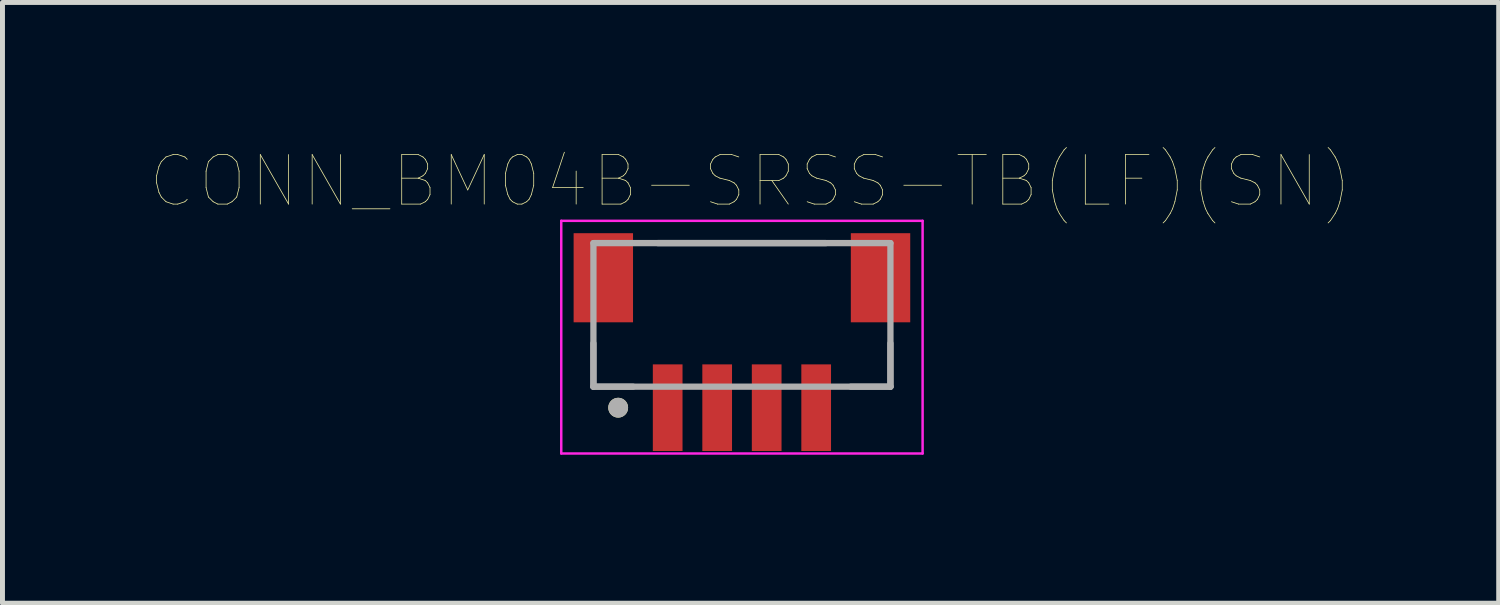
<source format=kicad_pcb>
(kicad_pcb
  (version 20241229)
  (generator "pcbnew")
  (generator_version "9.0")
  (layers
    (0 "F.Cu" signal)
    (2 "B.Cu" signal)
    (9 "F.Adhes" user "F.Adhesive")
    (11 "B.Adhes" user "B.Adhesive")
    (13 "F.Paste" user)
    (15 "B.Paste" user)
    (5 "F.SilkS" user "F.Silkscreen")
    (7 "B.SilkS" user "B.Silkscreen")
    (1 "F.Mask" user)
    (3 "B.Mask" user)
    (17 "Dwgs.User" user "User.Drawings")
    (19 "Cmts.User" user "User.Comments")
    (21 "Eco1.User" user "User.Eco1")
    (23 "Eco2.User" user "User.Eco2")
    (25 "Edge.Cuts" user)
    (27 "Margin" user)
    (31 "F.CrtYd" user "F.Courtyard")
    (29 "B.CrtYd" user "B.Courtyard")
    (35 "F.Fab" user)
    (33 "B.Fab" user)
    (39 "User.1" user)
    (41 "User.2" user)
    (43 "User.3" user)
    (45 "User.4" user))
  (footprint "CONN_BM04B-SRSS-TB(LF)(SN)"
    (layer "F.Cu")
    (at 11.938 3.761)
    (property "Reference" "CONN_BM04B-SRSS-TB(LF)(SN)" (at 0.175 -3.15 0) (layer "F.SilkS") (effects (font (size 1 1) (thickness 0.015))))
    (attr through_hole)
    (fp_circle (center -2.5 1.425) (end -2.4 1.425) (stroke (width 0.2) (type solid)) (fill no) (layer "F.SilkS"))
    (fp_line (start -3.65 -2.35) (end 3.65 -2.35) (stroke (width 0.05) (type solid)) (layer "F.CrtYd"))
    (fp_line (start -3.65 2.35) (end -3.65 -2.35) (stroke (width 0.05) (type solid)) (layer "F.CrtYd"))
    (fp_line (start 3.65 -2.35) (end 3.65 2.35) (stroke (width 0.05) (type solid)) (layer "F.CrtYd"))
    (fp_line (start 3.65 2.35) (end -3.65 2.35) (stroke (width 0.05) (type solid)) (layer "F.CrtYd"))
    (fp_line (start -3 -1.9) (end 3 -1.9) (stroke (width 0.127) (type solid)) (layer "F.Fab"))
    (fp_line (start -3 0.125) (end -3 1) (stroke (width 0.127) (type solid)) (layer "F.Fab"))
    (fp_line (start -3 1) (end -3 -1.9) (stroke (width 0.127) (type solid)) (layer "F.Fab"))
    (fp_line (start -3 1) (end -2.2 1) (stroke (width 0.127) (type solid)) (layer "F.Fab"))
    (fp_line (start -1.7 -1.9) (end 1.7 -1.9) (stroke (width 0.127) (type solid)) (layer "F.Fab"))
    (fp_line (start 3 -1.9) (end 3 1) (stroke (width 0.127) (type solid)) (layer "F.Fab"))
    (fp_line (start 3 0.125) (end 3 1) (stroke (width 0.127) (type solid)) (layer "F.Fab"))
    (fp_line (start 3 1) (end -3 1) (stroke (width 0.127) (type solid)) (layer "F.Fab"))
    (fp_line (start 3 1) (end 2.2 1) (stroke (width 0.127) (type solid)) (layer "F.Fab"))
    (fp_circle (center -2.5 1.425) (end -2.4 1.425) (stroke (width 0.2) (type solid)) (fill no) (layer "F.Fab"))
    (pad "1" smd rect (at -1.5 1.425) (size 0.6 1.75) (layers "F.Cu" "F.Mask" "F.Paste"))
    (pad "2" smd rect (at -0.5 1.425) (size 0.6 1.75) (layers "F.Cu" "F.Mask" "F.Paste"))
    (pad "3" smd rect (at 0.5 1.425) (size 0.6 1.75) (layers "F.Cu" "F.Mask" "F.Paste"))
    (pad "4" smd rect (at 1.5 1.425) (size 0.6 1.75) (layers "F.Cu" "F.Mask" "F.Paste"))
    (pad "S1" smd rect (at -2.8 -1.2) (size 1.2 1.8) (layers "F.Cu" "F.Mask" "F.Paste"))
    (pad "S2" smd rect (at 2.8 -1.2) (size 1.2 1.8) (layers "F.Cu" "F.Mask" "F.Paste")))
  (gr_rect
    (start -3 -3)
    (end 27.226 9.136)
    (stroke (width 0.1) (type default))
    (fill no)
    (layer "Edge.Cuts")))
</source>
